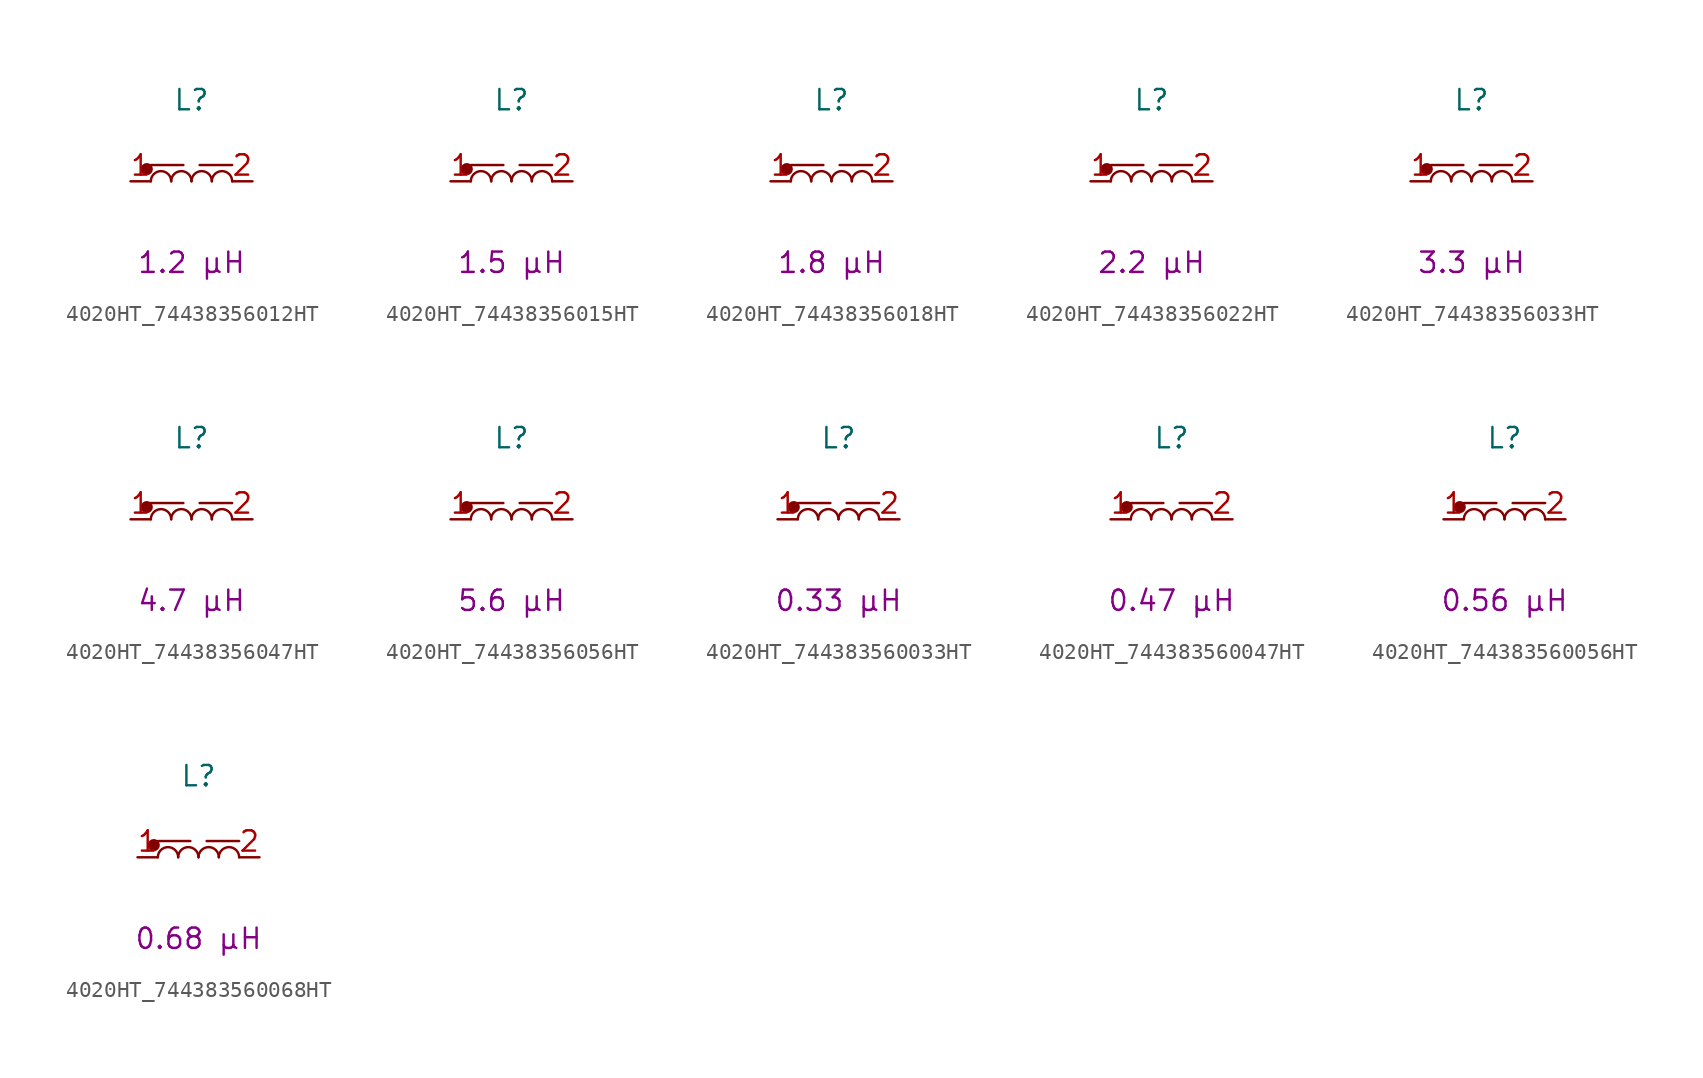
<source format=kicad_sym>
(kicad_symbol_lib
  (version 20220914)
  (generator kicad_symbol_editor)
  (symbol "4020HT_74438356012HT"
    (pin_names hide)
    (property "Reference" "L"
      (at 0 5.08 0)
      (effects (font (size 1.27 1.27))))
    (property "Critical Parameter" "1.2 µH"
      (at 0 -5.08 0)
      (effects (font (size 1.27 1.27))))
    (symbol "4020HT_74438356012HT_0_1"
      (arc (start -1.27 0) (mid -1.905 0.6323) (end -2.54 0) (stroke (width 0) (type default)) (fill (type none)))
      (arc (start 0 0) (mid -0.635 0.6323) (end -1.27 0) (stroke (width 0) (type default)) (fill (type none)))
      (polyline (pts (xy -2.54 1.016) (xy -0.508 1.016)) (stroke (width 0) (type default)) (fill (type none)))
      (arc (start 1.27 0) (mid 0.635 0.6323) (end 0 0) (stroke (width 0) (type default)) (fill (type none)))
      (arc (start 2.54 0) (mid 1.905 0.6323) (end 1.27 0) (stroke (width 0) (type default)) (fill (type none))))
    (symbol "4020HT_74438356012HT_1_1"
      (circle (center -2.794 0.762) (radius 0.0001) (stroke (width 0.381) (type default)) (fill (type none)))
      (polyline (pts (xy 2.54 1.016) (xy 0.508 1.016)) (stroke (width 0) (type default)) (fill (type none)))
      (pin passive line (at -3.81 0 0) (length 1.27) (name "1" (effects (font (size 1.27 1.27)))) (number "1" (effects (font (size 1.27 1.27)))))
      (pin passive line (at 3.81 0 180) (length 1.27) (name "2" (effects (font (size 1.27 1.27)))) (number "2" (effects (font (size 1.27 1.27)))))))
  (symbol "4020HT_74438356015HT"
    (pin_names hide)
    (property "Reference" "L"
      (at 0 5.08 0)
      (effects (font (size 1.27 1.27))))
    (property "Critical Parameter" "1.5 µH"
      (at 0 -5.08 0)
      (effects (font (size 1.27 1.27))))
    (symbol "4020HT_74438356015HT_0_1"
      (arc (start -1.27 0) (mid -1.905 0.6323) (end -2.54 0) (stroke (width 0) (type default)) (fill (type none)))
      (arc (start 0 0) (mid -0.635 0.6323) (end -1.27 0) (stroke (width 0) (type default)) (fill (type none)))
      (polyline (pts (xy -2.54 1.016) (xy -0.508 1.016)) (stroke (width 0) (type default)) (fill (type none)))
      (arc (start 1.27 0) (mid 0.635 0.6323) (end 0 0) (stroke (width 0) (type default)) (fill (type none)))
      (arc (start 2.54 0) (mid 1.905 0.6323) (end 1.27 0) (stroke (width 0) (type default)) (fill (type none))))
    (symbol "4020HT_74438356015HT_1_1"
      (circle (center -2.794 0.762) (radius 0.0001) (stroke (width 0.381) (type default)) (fill (type none)))
      (polyline (pts (xy 2.54 1.016) (xy 0.508 1.016)) (stroke (width 0) (type default)) (fill (type none)))
      (pin passive line (at -3.81 0 0) (length 1.27) (name "1" (effects (font (size 1.27 1.27)))) (number "1" (effects (font (size 1.27 1.27)))))
      (pin passive line (at 3.81 0 180) (length 1.27) (name "2" (effects (font (size 1.27 1.27)))) (number "2" (effects (font (size 1.27 1.27)))))))
  (symbol "4020HT_74438356018HT"
    (pin_names hide)
    (property "Reference" "L"
      (at 0 5.08 0)
      (effects (font (size 1.27 1.27))))
    (property "Critical Parameter" "1.8 µH"
      (at 0 -5.08 0)
      (effects (font (size 1.27 1.27))))
    (symbol "4020HT_74438356018HT_0_1"
      (arc (start -1.27 0) (mid -1.905 0.6323) (end -2.54 0) (stroke (width 0) (type default)) (fill (type none)))
      (arc (start 0 0) (mid -0.635 0.6323) (end -1.27 0) (stroke (width 0) (type default)) (fill (type none)))
      (polyline (pts (xy -2.54 1.016) (xy -0.508 1.016)) (stroke (width 0) (type default)) (fill (type none)))
      (arc (start 1.27 0) (mid 0.635 0.6323) (end 0 0) (stroke (width 0) (type default)) (fill (type none)))
      (arc (start 2.54 0) (mid 1.905 0.6323) (end 1.27 0) (stroke (width 0) (type default)) (fill (type none))))
    (symbol "4020HT_74438356018HT_1_1"
      (circle (center -2.794 0.762) (radius 0.0001) (stroke (width 0.381) (type default)) (fill (type none)))
      (polyline (pts (xy 2.54 1.016) (xy 0.508 1.016)) (stroke (width 0) (type default)) (fill (type none)))
      (pin passive line (at -3.81 0 0) (length 1.27) (name "1" (effects (font (size 1.27 1.27)))) (number "1" (effects (font (size 1.27 1.27)))))
      (pin passive line (at 3.81 0 180) (length 1.27) (name "2" (effects (font (size 1.27 1.27)))) (number "2" (effects (font (size 1.27 1.27)))))))
  (symbol "4020HT_74438356022HT"
    (pin_names hide)
    (property "Reference" "L"
      (at 0 5.08 0)
      (effects (font (size 1.27 1.27))))
    (property "Critical Parameter" "2.2 µH"
      (at 0 -5.08 0)
      (effects (font (size 1.27 1.27))))
    (symbol "4020HT_74438356022HT_0_1"
      (arc (start -1.27 0) (mid -1.905 0.6323) (end -2.54 0) (stroke (width 0) (type default)) (fill (type none)))
      (arc (start 0 0) (mid -0.635 0.6323) (end -1.27 0) (stroke (width 0) (type default)) (fill (type none)))
      (polyline (pts (xy -2.54 1.016) (xy -0.508 1.016)) (stroke (width 0) (type default)) (fill (type none)))
      (arc (start 1.27 0) (mid 0.635 0.6323) (end 0 0) (stroke (width 0) (type default)) (fill (type none)))
      (arc (start 2.54 0) (mid 1.905 0.6323) (end 1.27 0) (stroke (width 0) (type default)) (fill (type none))))
    (symbol "4020HT_74438356022HT_1_1"
      (circle (center -2.794 0.762) (radius 0.0001) (stroke (width 0.381) (type default)) (fill (type none)))
      (polyline (pts (xy 2.54 1.016) (xy 0.508 1.016)) (stroke (width 0) (type default)) (fill (type none)))
      (pin passive line (at -3.81 0 0) (length 1.27) (name "1" (effects (font (size 1.27 1.27)))) (number "1" (effects (font (size 1.27 1.27)))))
      (pin passive line (at 3.81 0 180) (length 1.27) (name "2" (effects (font (size 1.27 1.27)))) (number "2" (effects (font (size 1.27 1.27)))))))
  (symbol "4020HT_74438356033HT"
    (pin_names hide)
    (property "Reference" "L"
      (at 0 5.08 0)
      (effects (font (size 1.27 1.27))))
    (property "Critical Parameter" "3.3 µH"
      (at 0 -5.08 0)
      (effects (font (size 1.27 1.27))))
    (symbol "4020HT_74438356033HT_0_1"
      (arc (start -1.27 0) (mid -1.905 0.6323) (end -2.54 0) (stroke (width 0) (type default)) (fill (type none)))
      (arc (start 0 0) (mid -0.635 0.6323) (end -1.27 0) (stroke (width 0) (type default)) (fill (type none)))
      (polyline (pts (xy -2.54 1.016) (xy -0.508 1.016)) (stroke (width 0) (type default)) (fill (type none)))
      (arc (start 1.27 0) (mid 0.635 0.6323) (end 0 0) (stroke (width 0) (type default)) (fill (type none)))
      (arc (start 2.54 0) (mid 1.905 0.6323) (end 1.27 0) (stroke (width 0) (type default)) (fill (type none))))
    (symbol "4020HT_74438356033HT_1_1"
      (circle (center -2.794 0.762) (radius 0.0001) (stroke (width 0.381) (type default)) (fill (type none)))
      (polyline (pts (xy 2.54 1.016) (xy 0.508 1.016)) (stroke (width 0) (type default)) (fill (type none)))
      (pin passive line (at -3.81 0 0) (length 1.27) (name "1" (effects (font (size 1.27 1.27)))) (number "1" (effects (font (size 1.27 1.27)))))
      (pin passive line (at 3.81 0 180) (length 1.27) (name "2" (effects (font (size 1.27 1.27)))) (number "2" (effects (font (size 1.27 1.27)))))))
  (symbol "4020HT_74438356047HT"
    (pin_names hide)
    (property "Reference" "L"
      (at 0 5.08 0)
      (effects (font (size 1.27 1.27))))
    (property "Critical Parameter" "4.7 µH"
      (at 0 -5.08 0)
      (effects (font (size 1.27 1.27))))
    (symbol "4020HT_74438356047HT_0_1"
      (arc (start -1.27 0) (mid -1.905 0.6323) (end -2.54 0) (stroke (width 0) (type default)) (fill (type none)))
      (arc (start 0 0) (mid -0.635 0.6323) (end -1.27 0) (stroke (width 0) (type default)) (fill (type none)))
      (polyline (pts (xy -2.54 1.016) (xy -0.508 1.016)) (stroke (width 0) (type default)) (fill (type none)))
      (arc (start 1.27 0) (mid 0.635 0.6323) (end 0 0) (stroke (width 0) (type default)) (fill (type none)))
      (arc (start 2.54 0) (mid 1.905 0.6323) (end 1.27 0) (stroke (width 0) (type default)) (fill (type none))))
    (symbol "4020HT_74438356047HT_1_1"
      (circle (center -2.794 0.762) (radius 0.0001) (stroke (width 0.381) (type default)) (fill (type none)))
      (polyline (pts (xy 2.54 1.016) (xy 0.508 1.016)) (stroke (width 0) (type default)) (fill (type none)))
      (pin passive line (at -3.81 0 0) (length 1.27) (name "1" (effects (font (size 1.27 1.27)))) (number "1" (effects (font (size 1.27 1.27)))))
      (pin passive line (at 3.81 0 180) (length 1.27) (name "2" (effects (font (size 1.27 1.27)))) (number "2" (effects (font (size 1.27 1.27)))))))
  (symbol "4020HT_74438356056HT"
    (pin_names hide)
    (property "Reference" "L"
      (at 0 5.08 0)
      (effects (font (size 1.27 1.27))))
    (property "Critical Parameter" "5.6 µH"
      (at 0 -5.08 0)
      (effects (font (size 1.27 1.27))))
    (symbol "4020HT_74438356056HT_0_1"
      (arc (start -1.27 0) (mid -1.905 0.6323) (end -2.54 0) (stroke (width 0) (type default)) (fill (type none)))
      (arc (start 0 0) (mid -0.635 0.6323) (end -1.27 0) (stroke (width 0) (type default)) (fill (type none)))
      (polyline (pts (xy -2.54 1.016) (xy -0.508 1.016)) (stroke (width 0) (type default)) (fill (type none)))
      (arc (start 1.27 0) (mid 0.635 0.6323) (end 0 0) (stroke (width 0) (type default)) (fill (type none)))
      (arc (start 2.54 0) (mid 1.905 0.6323) (end 1.27 0) (stroke (width 0) (type default)) (fill (type none))))
    (symbol "4020HT_74438356056HT_1_1"
      (circle (center -2.794 0.762) (radius 0.0001) (stroke (width 0.381) (type default)) (fill (type none)))
      (polyline (pts (xy 2.54 1.016) (xy 0.508 1.016)) (stroke (width 0) (type default)) (fill (type none)))
      (pin passive line (at -3.81 0 0) (length 1.27) (name "1" (effects (font (size 1.27 1.27)))) (number "1" (effects (font (size 1.27 1.27)))))
      (pin passive line (at 3.81 0 180) (length 1.27) (name "2" (effects (font (size 1.27 1.27)))) (number "2" (effects (font (size 1.27 1.27)))))))
  (symbol "4020HT_744383560033HT"
    (pin_names hide)
    (property "Reference" "L"
      (at 0 5.08 0)
      (effects (font (size 1.27 1.27))))
    (property "Critical Parameter" "0.33 µH"
      (at 0 -5.08 0)
      (effects (font (size 1.27 1.27))))
    (symbol "4020HT_744383560033HT_0_1"
      (arc (start -1.27 0) (mid -1.905 0.6323) (end -2.54 0) (stroke (width 0) (type default)) (fill (type none)))
      (arc (start 0 0) (mid -0.635 0.6323) (end -1.27 0) (stroke (width 0) (type default)) (fill (type none)))
      (polyline (pts (xy -2.54 1.016) (xy -0.508 1.016)) (stroke (width 0) (type default)) (fill (type none)))
      (arc (start 1.27 0) (mid 0.635 0.6323) (end 0 0) (stroke (width 0) (type default)) (fill (type none)))
      (arc (start 2.54 0) (mid 1.905 0.6323) (end 1.27 0) (stroke (width 0) (type default)) (fill (type none))))
    (symbol "4020HT_744383560033HT_1_1"
      (circle (center -2.794 0.762) (radius 0.0001) (stroke (width 0.381) (type default)) (fill (type none)))
      (polyline (pts (xy 2.54 1.016) (xy 0.508 1.016)) (stroke (width 0) (type default)) (fill (type none)))
      (pin passive line (at -3.81 0 0) (length 1.27) (name "1" (effects (font (size 1.27 1.27)))) (number "1" (effects (font (size 1.27 1.27)))))
      (pin passive line (at 3.81 0 180) (length 1.27) (name "2" (effects (font (size 1.27 1.27)))) (number "2" (effects (font (size 1.27 1.27)))))))
  (symbol "4020HT_744383560047HT"
    (pin_names hide)
    (property "Reference" "L"
      (at 0 5.08 0)
      (effects (font (size 1.27 1.27))))
    (property "Critical Parameter" "0.47 µH"
      (at 0 -5.08 0)
      (effects (font (size 1.27 1.27))))
    (symbol "4020HT_744383560047HT_0_1"
      (arc (start -1.27 0) (mid -1.905 0.6323) (end -2.54 0) (stroke (width 0) (type default)) (fill (type none)))
      (arc (start 0 0) (mid -0.635 0.6323) (end -1.27 0) (stroke (width 0) (type default)) (fill (type none)))
      (polyline (pts (xy -2.54 1.016) (xy -0.508 1.016)) (stroke (width 0) (type default)) (fill (type none)))
      (arc (start 1.27 0) (mid 0.635 0.6323) (end 0 0) (stroke (width 0) (type default)) (fill (type none)))
      (arc (start 2.54 0) (mid 1.905 0.6323) (end 1.27 0) (stroke (width 0) (type default)) (fill (type none))))
    (symbol "4020HT_744383560047HT_1_1"
      (circle (center -2.794 0.762) (radius 0.0001) (stroke (width 0.381) (type default)) (fill (type none)))
      (polyline (pts (xy 2.54 1.016) (xy 0.508 1.016)) (stroke (width 0) (type default)) (fill (type none)))
      (pin passive line (at -3.81 0 0) (length 1.27) (name "1" (effects (font (size 1.27 1.27)))) (number "1" (effects (font (size 1.27 1.27)))))
      (pin passive line (at 3.81 0 180) (length 1.27) (name "2" (effects (font (size 1.27 1.27)))) (number "2" (effects (font (size 1.27 1.27)))))))
  (symbol "4020HT_744383560056HT"
    (pin_names hide)
    (property "Reference" "L"
      (at 0 5.08 0)
      (effects (font (size 1.27 1.27))))
    (property "Critical Parameter" "0.56 µH"
      (at 0 -5.08 0)
      (effects (font (size 1.27 1.27))))
    (symbol "4020HT_744383560056HT_0_1"
      (arc (start -1.27 0) (mid -1.905 0.6323) (end -2.54 0) (stroke (width 0) (type default)) (fill (type none)))
      (arc (start 0 0) (mid -0.635 0.6323) (end -1.27 0) (stroke (width 0) (type default)) (fill (type none)))
      (polyline (pts (xy -2.54 1.016) (xy -0.508 1.016)) (stroke (width 0) (type default)) (fill (type none)))
      (arc (start 1.27 0) (mid 0.635 0.6323) (end 0 0) (stroke (width 0) (type default)) (fill (type none)))
      (arc (start 2.54 0) (mid 1.905 0.6323) (end 1.27 0) (stroke (width 0) (type default)) (fill (type none))))
    (symbol "4020HT_744383560056HT_1_1"
      (circle (center -2.794 0.762) (radius 0.0001) (stroke (width 0.381) (type default)) (fill (type none)))
      (polyline (pts (xy 2.54 1.016) (xy 0.508 1.016)) (stroke (width 0) (type default)) (fill (type none)))
      (pin passive line (at -3.81 0 0) (length 1.27) (name "1" (effects (font (size 1.27 1.27)))) (number "1" (effects (font (size 1.27 1.27)))))
      (pin passive line (at 3.81 0 180) (length 1.27) (name "2" (effects (font (size 1.27 1.27)))) (number "2" (effects (font (size 1.27 1.27)))))))
  (symbol "4020HT_744383560068HT"
    (pin_names hide)
    (property "Reference" "L"
      (at 0 5.08 0)
      (effects (font (size 1.27 1.27))))
    (property "Critical Parameter" "0.68 µH"
      (at 0 -5.08 0)
      (effects (font (size 1.27 1.27))))
    (symbol "4020HT_744383560068HT_0_1"
      (arc (start -1.27 0) (mid -1.905 0.6323) (end -2.54 0) (stroke (width 0) (type default)) (fill (type none)))
      (arc (start 0 0) (mid -0.635 0.6323) (end -1.27 0) (stroke (width 0) (type default)) (fill (type none)))
      (polyline (pts (xy -2.54 1.016) (xy -0.508 1.016)) (stroke (width 0) (type default)) (fill (type none)))
      (arc (start 1.27 0) (mid 0.635 0.6323) (end 0 0) (stroke (width 0) (type default)) (fill (type none)))
      (arc (start 2.54 0) (mid 1.905 0.6323) (end 1.27 0) (stroke (width 0) (type default)) (fill (type none))))
    (symbol "4020HT_744383560068HT_1_1"
      (circle (center -2.794 0.762) (radius 0.0001) (stroke (width 0.381) (type default)) (fill (type none)))
      (polyline (pts (xy 2.54 1.016) (xy 0.508 1.016)) (stroke (width 0) (type default)) (fill (type none)))
      (pin passive line (at -3.81 0 0) (length 1.27) (name "1" (effects (font (size 1.27 1.27)))) (number "1" (effects (font (size 1.27 1.27)))))
      (pin passive line (at 3.81 0 180) (length 1.27) (name "2" (effects (font (size 1.27 1.27)))) (number "2" (effects (font (size 1.27 1.27))))))))
</source>
